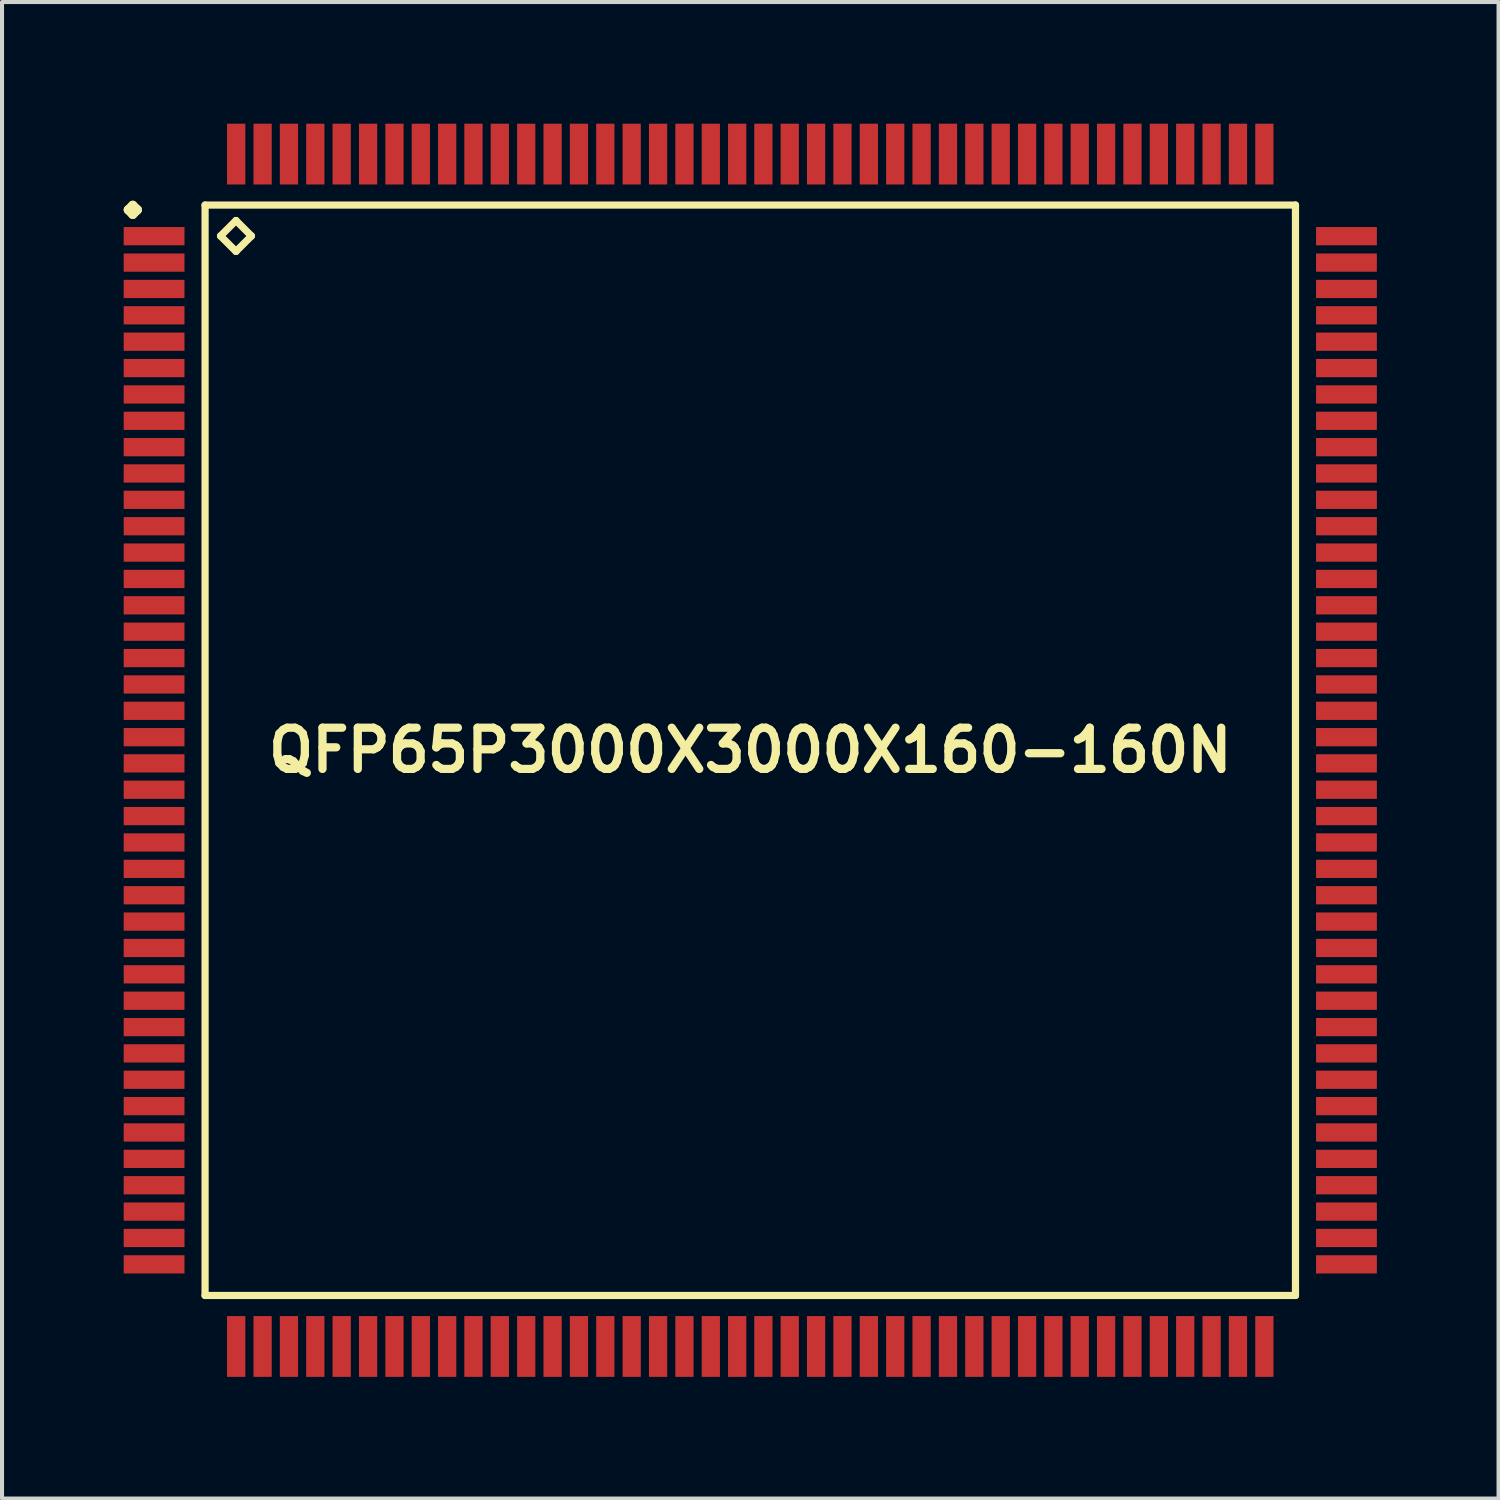
<source format=kicad_pcb>
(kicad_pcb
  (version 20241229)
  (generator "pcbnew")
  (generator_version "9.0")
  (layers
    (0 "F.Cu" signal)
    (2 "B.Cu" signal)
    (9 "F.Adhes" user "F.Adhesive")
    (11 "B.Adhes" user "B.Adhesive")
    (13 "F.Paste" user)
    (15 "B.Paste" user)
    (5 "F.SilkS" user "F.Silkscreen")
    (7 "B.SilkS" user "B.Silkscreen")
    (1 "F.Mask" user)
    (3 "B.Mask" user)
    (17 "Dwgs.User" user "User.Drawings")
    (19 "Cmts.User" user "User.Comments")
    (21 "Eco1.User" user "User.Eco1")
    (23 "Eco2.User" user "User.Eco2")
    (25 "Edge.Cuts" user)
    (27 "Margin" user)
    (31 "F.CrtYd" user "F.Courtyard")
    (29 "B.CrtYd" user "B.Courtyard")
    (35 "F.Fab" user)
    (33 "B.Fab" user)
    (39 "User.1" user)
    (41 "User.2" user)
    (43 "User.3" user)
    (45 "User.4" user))
  (footprint "QFP65P3000X3000X160-160N"
    (layer "F.Cu")
    (at 15.448 15.448)
    (property "Reference" "QFP65P3000X3000X160-160N" (at 0 0 0) (layer "F.SilkS") (effects (font (size 1.016 1.016) (thickness 0.203))))
    (attr smd)
    (fp_line (start -15.337 -13.325) (end -15.225 -13.437) (stroke (width 0.224) (type solid)) (layer "F.SilkS"))
    (fp_line (start -15.225 -13.437) (end -15.11 -13.325) (stroke (width 0.224) (type solid)) (layer "F.SilkS"))
    (fp_line (start -15.225 -13.211) (end -15.337 -13.325) (stroke (width 0.224) (type solid)) (layer "F.SilkS"))
    (fp_line (start -15.11 -13.325) (end -15.225 -13.211) (stroke (width 0.224) (type solid)) (layer "F.SilkS"))
    (fp_line (start -13.442 -13.442) (end -13.442 13.442) (stroke (width 0.178) (type solid)) (layer "F.SilkS"))
    (fp_line (start -13.442 13.442) (end 13.442 13.442) (stroke (width 0.178) (type solid)) (layer "F.SilkS"))
    (fp_line (start -13.061 -12.68) (end -12.68 -13.061) (stroke (width 0.178) (type solid)) (layer "F.SilkS"))
    (fp_line (start -12.68 -13.061) (end -12.299 -12.68) (stroke (width 0.178) (type solid)) (layer "F.SilkS"))
    (fp_line (start -12.68 -12.299) (end -13.061 -12.68) (stroke (width 0.178) (type solid)) (layer "F.SilkS"))
    (fp_line (start -12.299 -12.68) (end -12.68 -12.299) (stroke (width 0.178) (type solid)) (layer "F.SilkS"))
    (fp_line (start 13.442 -13.442) (end -13.442 -13.442) (stroke (width 0.178) (type solid)) (layer "F.SilkS"))
    (fp_line (start 13.442 13.442) (end 13.442 -13.442) (stroke (width 0.178) (type solid)) (layer "F.SilkS"))
    (pad "1" smd rect (at -14.699 -12.675) (size 1.499 0.45) (layers "F.Cu" "F.Mask" "F.Paste"))
    (pad "2" smd rect (at -14.699 -12.024) (size 1.499 0.45) (layers "F.Cu" "F.Mask" "F.Paste"))
    (pad "3" smd rect (at -14.699 -11.374) (size 1.499 0.45) (layers "F.Cu" "F.Mask" "F.Paste"))
    (pad "4" smd rect (at -14.699 -10.724) (size 1.499 0.45) (layers "F.Cu" "F.Mask" "F.Paste"))
    (pad "5" smd rect (at -14.699 -10.074) (size 1.499 0.45) (layers "F.Cu" "F.Mask" "F.Paste"))
    (pad "6" smd rect (at -14.699 -9.423) (size 1.499 0.45) (layers "F.Cu" "F.Mask" "F.Paste"))
    (pad "7" smd rect (at -14.699 -8.773) (size 1.499 0.45) (layers "F.Cu" "F.Mask" "F.Paste"))
    (pad "8" smd rect (at -14.699 -8.123) (size 1.499 0.45) (layers "F.Cu" "F.Mask" "F.Paste"))
    (pad "9" smd rect (at -14.699 -7.473) (size 1.499 0.45) (layers "F.Cu" "F.Mask" "F.Paste"))
    (pad "10" smd rect (at -14.699 -6.825) (size 1.499 0.45) (layers "F.Cu" "F.Mask" "F.Paste"))
    (pad "11" smd rect (at -14.699 -6.175) (size 1.499 0.45) (layers "F.Cu" "F.Mask" "F.Paste"))
    (pad "12" smd rect (at -14.699 -5.524) (size 1.499 0.45) (layers "F.Cu" "F.Mask" "F.Paste"))
    (pad "13" smd rect (at -14.699 -4.874) (size 1.499 0.45) (layers "F.Cu" "F.Mask" "F.Paste"))
    (pad "14" smd rect (at -14.699 -4.224) (size 1.499 0.45) (layers "F.Cu" "F.Mask" "F.Paste"))
    (pad "15" smd rect (at -14.699 -3.574) (size 1.499 0.45) (layers "F.Cu" "F.Mask" "F.Paste"))
    (pad "16" smd rect (at -14.699 -2.924) (size 1.499 0.45) (layers "F.Cu" "F.Mask" "F.Paste"))
    (pad "17" smd rect (at -14.699 -2.273) (size 1.499 0.45) (layers "F.Cu" "F.Mask" "F.Paste"))
    (pad "18" smd rect (at -14.699 -1.623) (size 1.499 0.45) (layers "F.Cu" "F.Mask" "F.Paste"))
    (pad "19" smd rect (at -14.699 -0.973) (size 1.499 0.45) (layers "F.Cu" "F.Mask" "F.Paste"))
    (pad "20" smd rect (at -14.699 -0.323) (size 1.499 0.45) (layers "F.Cu" "F.Mask" "F.Paste"))
    (pad "21" smd rect (at -14.699 0.323) (size 1.499 0.45) (layers "F.Cu" "F.Mask" "F.Paste"))
    (pad "22" smd rect (at -14.699 0.973) (size 1.499 0.45) (layers "F.Cu" "F.Mask" "F.Paste"))
    (pad "23" smd rect (at -14.699 1.623) (size 1.499 0.45) (layers "F.Cu" "F.Mask" "F.Paste"))
    (pad "24" smd rect (at -14.699 2.273) (size 1.499 0.45) (layers "F.Cu" "F.Mask" "F.Paste"))
    (pad "25" smd rect (at -14.699 2.924) (size 1.499 0.45) (layers "F.Cu" "F.Mask" "F.Paste"))
    (pad "26" smd rect (at -14.699 3.574) (size 1.499 0.45) (layers "F.Cu" "F.Mask" "F.Paste"))
    (pad "27" smd rect (at -14.699 4.224) (size 1.499 0.45) (layers "F.Cu" "F.Mask" "F.Paste"))
    (pad "28" smd rect (at -14.699 4.874) (size 1.499 0.45) (layers "F.Cu" "F.Mask" "F.Paste"))
    (pad "29" smd rect (at -14.699 5.524) (size 1.499 0.45) (layers "F.Cu" "F.Mask" "F.Paste"))
    (pad "30" smd rect (at -14.699 6.175) (size 1.499 0.45) (layers "F.Cu" "F.Mask" "F.Paste"))
    (pad "31" smd rect (at -14.699 6.825) (size 1.499 0.45) (layers "F.Cu" "F.Mask" "F.Paste"))
    (pad "32" smd rect (at -14.699 7.473) (size 1.499 0.45) (layers "F.Cu" "F.Mask" "F.Paste"))
    (pad "33" smd rect (at -14.699 8.123) (size 1.499 0.45) (layers "F.Cu" "F.Mask" "F.Paste"))
    (pad "34" smd rect (at -14.699 8.773) (size 1.499 0.45) (layers "F.Cu" "F.Mask" "F.Paste"))
    (pad "35" smd rect (at -14.699 9.423) (size 1.499 0.45) (layers "F.Cu" "F.Mask" "F.Paste"))
    (pad "36" smd rect (at -14.699 10.074) (size 1.499 0.45) (layers "F.Cu" "F.Mask" "F.Paste"))
    (pad "37" smd rect (at -14.699 10.724) (size 1.499 0.45) (layers "F.Cu" "F.Mask" "F.Paste"))
    (pad "38" smd rect (at -14.699 11.374) (size 1.499 0.45) (layers "F.Cu" "F.Mask" "F.Paste"))
    (pad "39" smd rect (at -14.699 12.024) (size 1.499 0.45) (layers "F.Cu" "F.Mask" "F.Paste"))
    (pad "40" smd rect (at -14.699 12.675) (size 1.499 0.45) (layers "F.Cu" "F.Mask" "F.Paste"))
    (pad "41" smd rect (at -12.675 14.699) (size 0.45 1.499) (layers "F.Cu" "F.Mask" "F.Paste"))
    (pad "42" smd rect (at -12.024 14.699) (size 0.45 1.499) (layers "F.Cu" "F.Mask" "F.Paste"))
    (pad "43" smd rect (at -11.374 14.699) (size 0.45 1.499) (layers "F.Cu" "F.Mask" "F.Paste"))
    (pad "44" smd rect (at -10.724 14.699) (size 0.45 1.499) (layers "F.Cu" "F.Mask" "F.Paste"))
    (pad "45" smd rect (at -10.074 14.699) (size 0.45 1.499) (layers "F.Cu" "F.Mask" "F.Paste"))
    (pad "46" smd rect (at -9.423 14.699) (size 0.45 1.499) (layers "F.Cu" "F.Mask" "F.Paste"))
    (pad "47" smd rect (at -8.773 14.699) (size 0.45 1.499) (layers "F.Cu" "F.Mask" "F.Paste"))
    (pad "48" smd rect (at -8.123 14.699) (size 0.45 1.499) (layers "F.Cu" "F.Mask" "F.Paste"))
    (pad "49" smd rect (at -7.473 14.699) (size 0.45 1.499) (layers "F.Cu" "F.Mask" "F.Paste"))
    (pad "50" smd rect (at -6.825 14.699) (size 0.45 1.499) (layers "F.Cu" "F.Mask" "F.Paste"))
    (pad "51" smd rect (at -6.175 14.699) (size 0.45 1.499) (layers "F.Cu" "F.Mask" "F.Paste"))
    (pad "52" smd rect (at -5.524 14.699) (size 0.45 1.499) (layers "F.Cu" "F.Mask" "F.Paste"))
    (pad "53" smd rect (at -4.874 14.699) (size 0.45 1.499) (layers "F.Cu" "F.Mask" "F.Paste"))
    (pad "54" smd rect (at -4.224 14.699) (size 0.45 1.499) (layers "F.Cu" "F.Mask" "F.Paste"))
    (pad "55" smd rect (at -3.574 14.699) (size 0.45 1.499) (layers "F.Cu" "F.Mask" "F.Paste"))
    (pad "56" smd rect (at -2.924 14.699) (size 0.45 1.499) (layers "F.Cu" "F.Mask" "F.Paste"))
    (pad "57" smd rect (at -2.273 14.699) (size 0.45 1.499) (layers "F.Cu" "F.Mask" "F.Paste"))
    (pad "58" smd rect (at -1.623 14.699) (size 0.45 1.499) (layers "F.Cu" "F.Mask" "F.Paste"))
    (pad "59" smd rect (at -0.973 14.699) (size 0.45 1.499) (layers "F.Cu" "F.Mask" "F.Paste"))
    (pad "60" smd rect (at -0.323 14.699) (size 0.45 1.499) (layers "F.Cu" "F.Mask" "F.Paste"))
    (pad "61" smd rect (at 0.323 14.699) (size 0.45 1.499) (layers "F.Cu" "F.Mask" "F.Paste"))
    (pad "62" smd rect (at 0.973 14.699) (size 0.45 1.499) (layers "F.Cu" "F.Mask" "F.Paste"))
    (pad "63" smd rect (at 1.623 14.699) (size 0.45 1.499) (layers "F.Cu" "F.Mask" "F.Paste"))
    (pad "64" smd rect (at 2.273 14.699) (size 0.45 1.499) (layers "F.Cu" "F.Mask" "F.Paste"))
    (pad "65" smd rect (at 2.924 14.699) (size 0.45 1.499) (layers "F.Cu" "F.Mask" "F.Paste"))
    (pad "66" smd rect (at 3.574 14.699) (size 0.45 1.499) (layers "F.Cu" "F.Mask" "F.Paste"))
    (pad "67" smd rect (at 4.224 14.699) (size 0.45 1.499) (layers "F.Cu" "F.Mask" "F.Paste"))
    (pad "68" smd rect (at 4.874 14.699) (size 0.45 1.499) (layers "F.Cu" "F.Mask" "F.Paste"))
    (pad "69" smd rect (at 5.524 14.699) (size 0.45 1.499) (layers "F.Cu" "F.Mask" "F.Paste"))
    (pad "70" smd rect (at 6.175 14.699) (size 0.45 1.499) (layers "F.Cu" "F.Mask" "F.Paste"))
    (pad "71" smd rect (at 6.825 14.699) (size 0.45 1.499) (layers "F.Cu" "F.Mask" "F.Paste"))
    (pad "72" smd rect (at 7.473 14.699) (size 0.45 1.499) (layers "F.Cu" "F.Mask" "F.Paste"))
    (pad "73" smd rect (at 8.123 14.699) (size 0.45 1.499) (layers "F.Cu" "F.Mask" "F.Paste"))
    (pad "74" smd rect (at 8.773 14.699) (size 0.45 1.499) (layers "F.Cu" "F.Mask" "F.Paste"))
    (pad "75" smd rect (at 9.423 14.699) (size 0.45 1.499) (layers "F.Cu" "F.Mask" "F.Paste"))
    (pad "76" smd rect (at 10.074 14.699) (size 0.45 1.499) (layers "F.Cu" "F.Mask" "F.Paste"))
    (pad "77" smd rect (at 10.724 14.699) (size 0.45 1.499) (layers "F.Cu" "F.Mask" "F.Paste"))
    (pad "78" smd rect (at 11.374 14.699) (size 0.45 1.499) (layers "F.Cu" "F.Mask" "F.Paste"))
    (pad "79" smd rect (at 12.024 14.699) (size 0.45 1.499) (layers "F.Cu" "F.Mask" "F.Paste"))
    (pad "80" smd rect (at 12.675 14.699) (size 0.45 1.499) (layers "F.Cu" "F.Mask" "F.Paste"))
    (pad "81" smd rect (at 14.699 12.675) (size 1.499 0.45) (layers "F.Cu" "F.Mask" "F.Paste"))
    (pad "82" smd rect (at 14.699 12.024) (size 1.499 0.45) (layers "F.Cu" "F.Mask" "F.Paste"))
    (pad "83" smd rect (at 14.699 11.374) (size 1.499 0.45) (layers "F.Cu" "F.Mask" "F.Paste"))
    (pad "84" smd rect (at 14.699 10.724) (size 1.499 0.45) (layers "F.Cu" "F.Mask" "F.Paste"))
    (pad "85" smd rect (at 14.699 10.074) (size 1.499 0.45) (layers "F.Cu" "F.Mask" "F.Paste"))
    (pad "86" smd rect (at 14.699 9.423) (size 1.499 0.45) (layers "F.Cu" "F.Mask" "F.Paste"))
    (pad "87" smd rect (at 14.699 8.773) (size 1.499 0.45) (layers "F.Cu" "F.Mask" "F.Paste"))
    (pad "88" smd rect (at 14.699 8.123) (size 1.499 0.45) (layers "F.Cu" "F.Mask" "F.Paste"))
    (pad "89" smd rect (at 14.699 7.473) (size 1.499 0.45) (layers "F.Cu" "F.Mask" "F.Paste"))
    (pad "90" smd rect (at 14.699 6.825) (size 1.499 0.45) (layers "F.Cu" "F.Mask" "F.Paste"))
    (pad "91" smd rect (at 14.699 6.175) (size 1.499 0.45) (layers "F.Cu" "F.Mask" "F.Paste"))
    (pad "92" smd rect (at 14.699 5.524) (size 1.499 0.45) (layers "F.Cu" "F.Mask" "F.Paste"))
    (pad "93" smd rect (at 14.699 4.874) (size 1.499 0.45) (layers "F.Cu" "F.Mask" "F.Paste"))
    (pad "94" smd rect (at 14.699 4.224) (size 1.499 0.45) (layers "F.Cu" "F.Mask" "F.Paste"))
    (pad "95" smd rect (at 14.699 3.574) (size 1.499 0.45) (layers "F.Cu" "F.Mask" "F.Paste"))
    (pad "96" smd rect (at 14.699 2.924) (size 1.499 0.45) (layers "F.Cu" "F.Mask" "F.Paste"))
    (pad "97" smd rect (at 14.699 2.273) (size 1.499 0.45) (layers "F.Cu" "F.Mask" "F.Paste"))
    (pad "98" smd rect (at 14.699 1.623) (size 1.499 0.45) (layers "F.Cu" "F.Mask" "F.Paste"))
    (pad "99" smd rect (at 14.699 0.973) (size 1.499 0.45) (layers "F.Cu" "F.Mask" "F.Paste"))
    (pad "100" smd rect (at 14.699 0.323) (size 1.499 0.45) (layers "F.Cu" "F.Mask" "F.Paste"))
    (pad "101" smd rect (at 14.699 -0.323) (size 1.499 0.45) (layers "F.Cu" "F.Mask" "F.Paste"))
    (pad "102" smd rect (at 14.699 -0.973) (size 1.499 0.45) (layers "F.Cu" "F.Mask" "F.Paste"))
    (pad "103" smd rect (at 14.699 -1.623) (size 1.499 0.45) (layers "F.Cu" "F.Mask" "F.Paste"))
    (pad "104" smd rect (at 14.699 -2.273) (size 1.499 0.45) (layers "F.Cu" "F.Mask" "F.Paste"))
    (pad "105" smd rect (at 14.699 -2.924) (size 1.499 0.45) (layers "F.Cu" "F.Mask" "F.Paste"))
    (pad "106" smd rect (at 14.699 -3.574) (size 1.499 0.45) (layers "F.Cu" "F.Mask" "F.Paste"))
    (pad "107" smd rect (at 14.699 -4.224) (size 1.499 0.45) (layers "F.Cu" "F.Mask" "F.Paste"))
    (pad "108" smd rect (at 14.699 -4.874) (size 1.499 0.45) (layers "F.Cu" "F.Mask" "F.Paste"))
    (pad "109" smd rect (at 14.699 -5.524) (size 1.499 0.45) (layers "F.Cu" "F.Mask" "F.Paste"))
    (pad "110" smd rect (at 14.699 -6.175) (size 1.499 0.45) (layers "F.Cu" "F.Mask" "F.Paste"))
    (pad "111" smd rect (at 14.699 -6.825) (size 1.499 0.45) (layers "F.Cu" "F.Mask" "F.Paste"))
    (pad "112" smd rect (at 14.699 -7.473) (size 1.499 0.45) (layers "F.Cu" "F.Mask" "F.Paste"))
    (pad "113" smd rect (at 14.699 -8.123) (size 1.499 0.45) (layers "F.Cu" "F.Mask" "F.Paste"))
    (pad "114" smd rect (at 14.699 -8.773) (size 1.499 0.45) (layers "F.Cu" "F.Mask" "F.Paste"))
    (pad "115" smd rect (at 14.699 -9.423) (size 1.499 0.45) (layers "F.Cu" "F.Mask" "F.Paste"))
    (pad "116" smd rect (at 14.699 -10.074) (size 1.499 0.45) (layers "F.Cu" "F.Mask" "F.Paste"))
    (pad "117" smd rect (at 14.699 -10.724) (size 1.499 0.45) (layers "F.Cu" "F.Mask" "F.Paste"))
    (pad "118" smd rect (at 14.699 -11.374) (size 1.499 0.45) (layers "F.Cu" "F.Mask" "F.Paste"))
    (pad "119" smd rect (at 14.699 -12.024) (size 1.499 0.45) (layers "F.Cu" "F.Mask" "F.Paste"))
    (pad "120" smd rect (at 14.699 -12.675) (size 1.499 0.45) (layers "F.Cu" "F.Mask" "F.Paste"))
    (pad "121" smd rect (at 12.675 -14.699) (size 0.45 1.499) (layers "F.Cu" "F.Mask" "F.Paste"))
    (pad "122" smd rect (at 12.024 -14.699) (size 0.45 1.499) (layers "F.Cu" "F.Mask" "F.Paste"))
    (pad "123" smd rect (at 11.374 -14.699) (size 0.45 1.499) (layers "F.Cu" "F.Mask" "F.Paste"))
    (pad "124" smd rect (at 10.724 -14.699) (size 0.45 1.499) (layers "F.Cu" "F.Mask" "F.Paste"))
    (pad "125" smd rect (at 10.074 -14.699) (size 0.45 1.499) (layers "F.Cu" "F.Mask" "F.Paste"))
    (pad "126" smd rect (at 9.423 -14.699) (size 0.45 1.499) (layers "F.Cu" "F.Mask" "F.Paste"))
    (pad "127" smd rect (at 8.773 -14.699) (size 0.45 1.499) (layers "F.Cu" "F.Mask" "F.Paste"))
    (pad "128" smd rect (at 8.123 -14.699) (size 0.45 1.499) (layers "F.Cu" "F.Mask" "F.Paste"))
    (pad "129" smd rect (at 7.473 -14.699) (size 0.45 1.499) (layers "F.Cu" "F.Mask" "F.Paste"))
    (pad "130" smd rect (at 6.825 -14.699) (size 0.45 1.499) (layers "F.Cu" "F.Mask" "F.Paste"))
    (pad "131" smd rect (at 6.175 -14.699) (size 0.45 1.499) (layers "F.Cu" "F.Mask" "F.Paste"))
    (pad "132" smd rect (at 5.524 -14.699) (size 0.45 1.499) (layers "F.Cu" "F.Mask" "F.Paste"))
    (pad "133" smd rect (at 4.874 -14.699) (size 0.45 1.499) (layers "F.Cu" "F.Mask" "F.Paste"))
    (pad "134" smd rect (at 4.224 -14.699) (size 0.45 1.499) (layers "F.Cu" "F.Mask" "F.Paste"))
    (pad "135" smd rect (at 3.574 -14.699) (size 0.45 1.499) (layers "F.Cu" "F.Mask" "F.Paste"))
    (pad "136" smd rect (at 2.924 -14.699) (size 0.45 1.499) (layers "F.Cu" "F.Mask" "F.Paste"))
    (pad "137" smd rect (at 2.273 -14.699) (size 0.45 1.499) (layers "F.Cu" "F.Mask" "F.Paste"))
    (pad "138" smd rect (at 1.623 -14.699) (size 0.45 1.499) (layers "F.Cu" "F.Mask" "F.Paste"))
    (pad "139" smd rect (at 0.973 -14.699) (size 0.45 1.499) (layers "F.Cu" "F.Mask" "F.Paste"))
    (pad "140" smd rect (at 0.323 -14.699) (size 0.45 1.499) (layers "F.Cu" "F.Mask" "F.Paste"))
    (pad "141" smd rect (at -0.323 -14.699) (size 0.45 1.499) (layers "F.Cu" "F.Mask" "F.Paste"))
    (pad "142" smd rect (at -0.973 -14.699) (size 0.45 1.499) (layers "F.Cu" "F.Mask" "F.Paste"))
    (pad "143" smd rect (at -1.623 -14.699) (size 0.45 1.499) (layers "F.Cu" "F.Mask" "F.Paste"))
    (pad "144" smd rect (at -2.273 -14.699) (size 0.45 1.499) (layers "F.Cu" "F.Mask" "F.Paste"))
    (pad "145" smd rect (at -2.924 -14.699) (size 0.45 1.499) (layers "F.Cu" "F.Mask" "F.Paste"))
    (pad "146" smd rect (at -3.574 -14.699) (size 0.45 1.499) (layers "F.Cu" "F.Mask" "F.Paste"))
    (pad "147" smd rect (at -4.224 -14.699) (size 0.45 1.499) (layers "F.Cu" "F.Mask" "F.Paste"))
    (pad "148" smd rect (at -4.874 -14.699) (size 0.45 1.499) (layers "F.Cu" "F.Mask" "F.Paste"))
    (pad "149" smd rect (at -5.524 -14.699) (size 0.45 1.499) (layers "F.Cu" "F.Mask" "F.Paste"))
    (pad "150" smd rect (at -6.175 -14.699) (size 0.45 1.499) (layers "F.Cu" "F.Mask" "F.Paste"))
    (pad "151" smd rect (at -6.825 -14.699) (size 0.45 1.499) (layers "F.Cu" "F.Mask" "F.Paste"))
    (pad "152" smd rect (at -7.473 -14.699) (size 0.45 1.499) (layers "F.Cu" "F.Mask" "F.Paste"))
    (pad "153" smd rect (at -8.123 -14.699) (size 0.45 1.499) (layers "F.Cu" "F.Mask" "F.Paste"))
    (pad "154" smd rect (at -8.773 -14.699) (size 0.45 1.499) (layers "F.Cu" "F.Mask" "F.Paste"))
    (pad "155" smd rect (at -9.423 -14.699) (size 0.45 1.499) (layers "F.Cu" "F.Mask" "F.Paste"))
    (pad "156" smd rect (at -10.074 -14.699) (size 0.45 1.499) (layers "F.Cu" "F.Mask" "F.Paste"))
    (pad "157" smd rect (at -10.724 -14.699) (size 0.45 1.499) (layers "F.Cu" "F.Mask" "F.Paste"))
    (pad "158" smd rect (at -11.374 -14.699) (size 0.45 1.499) (layers "F.Cu" "F.Mask" "F.Paste"))
    (pad "159" smd rect (at -12.024 -14.699) (size 0.45 1.499) (layers "F.Cu" "F.Mask" "F.Paste"))
    (pad "160" smd rect (at -12.675 -14.699) (size 0.45 1.499) (layers "F.Cu" "F.Mask" "F.Paste")))
  (gr_rect
    (start -3 -3)
    (end 33.897 33.897)
    (stroke (width 0.1) (type default))
    (fill no)
    (layer "Edge.Cuts")))
</source>
